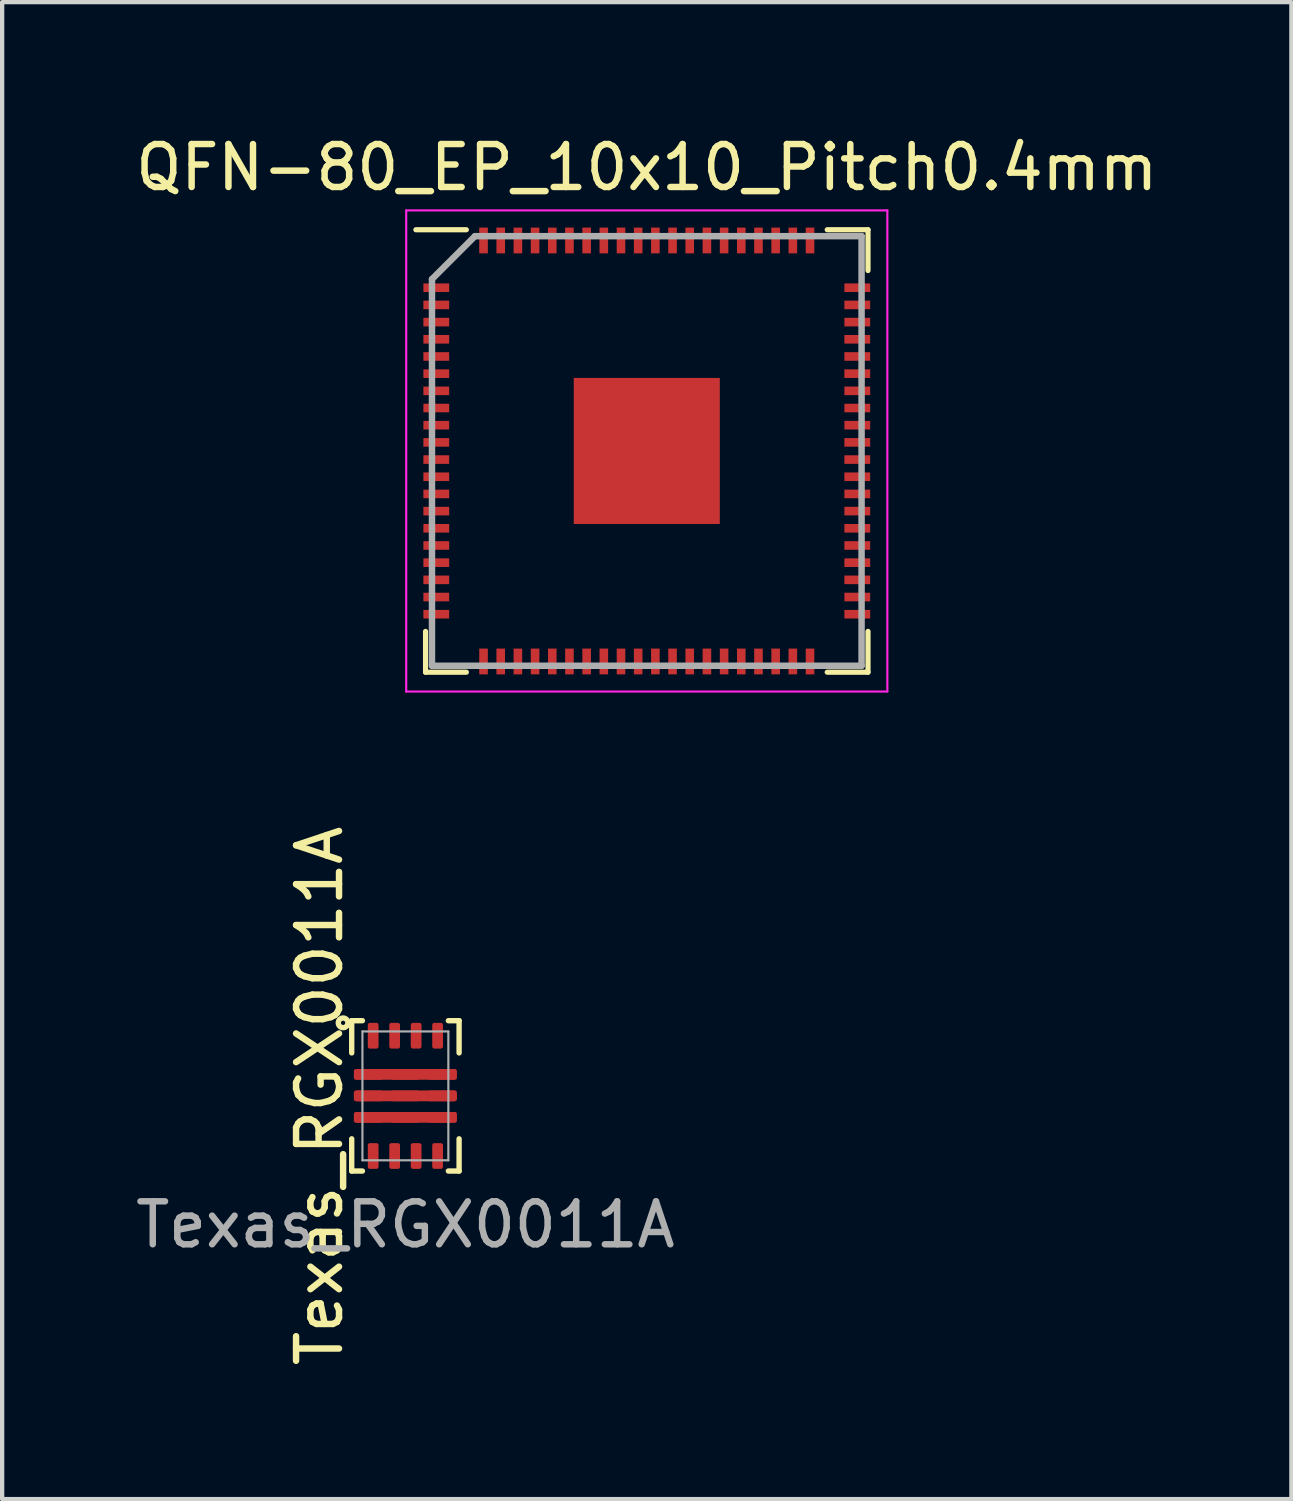
<source format=kicad_pcb>
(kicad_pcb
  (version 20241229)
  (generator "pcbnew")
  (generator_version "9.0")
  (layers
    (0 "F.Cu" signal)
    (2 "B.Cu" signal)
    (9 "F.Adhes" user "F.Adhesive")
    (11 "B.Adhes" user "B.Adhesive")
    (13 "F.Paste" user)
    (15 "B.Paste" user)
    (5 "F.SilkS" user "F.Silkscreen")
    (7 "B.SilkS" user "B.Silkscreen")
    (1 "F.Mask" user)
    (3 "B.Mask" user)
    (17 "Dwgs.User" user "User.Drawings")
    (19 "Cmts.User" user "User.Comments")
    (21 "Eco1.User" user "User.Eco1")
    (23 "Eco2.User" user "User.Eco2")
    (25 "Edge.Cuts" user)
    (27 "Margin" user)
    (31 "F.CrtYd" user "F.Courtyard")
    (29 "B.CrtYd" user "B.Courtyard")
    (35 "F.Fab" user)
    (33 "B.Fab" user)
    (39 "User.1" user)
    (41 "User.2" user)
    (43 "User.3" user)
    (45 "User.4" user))
  (footprint "QFN-80_EP_10x10_Pitch0.4mm"
    (layer "F.Cu")
    (at 12.006 7.448)
    (property "Reference" "QFN-80_EP_10x10_Pitch0.4mm" (at 0 -6.6 0) (unlocked yes) (layer "F.SilkS") (effects (font (size 1 1) (thickness 0.15))))
    (attr smd)
    (fp_line (start -5.15 5.15) (end -5.15 4.2) (stroke (width 0.12) (type default)) (layer "F.SilkS"))
    (fp_line (start -4.2 -5.15) (end -5.375 -5.15) (stroke (width 0.12) (type default)) (layer "F.SilkS"))
    (fp_line (start -4.2 5.15) (end -5.15 5.15) (stroke (width 0.12) (type default)) (layer "F.SilkS"))
    (fp_line (start 4.2 -5.15) (end 5.15 -5.15) (stroke (width 0.12) (type default)) (layer "F.SilkS"))
    (fp_line (start 4.2 5.15) (end 5.15 5.15) (stroke (width 0.12) (type default)) (layer "F.SilkS"))
    (fp_line (start 5.15 -5.15) (end 5.15 -4.2) (stroke (width 0.12) (type default)) (layer "F.SilkS"))
    (fp_line (start 5.15 5.15) (end 5.15 4.2) (stroke (width 0.12) (type default)) (layer "F.SilkS"))
    (fp_line (start -5.6 -5.6) (end 5.6 -5.6) (stroke (width 0.05) (type default)) (layer "F.CrtYd"))
    (fp_line (start -5.6 5.6) (end -5.6 -5.6) (stroke (width 0.05) (type default)) (layer "F.CrtYd"))
    (fp_line (start 5.6 -5.6) (end 5.6 5.6) (stroke (width 0.05) (type default)) (layer "F.CrtYd"))
    (fp_line (start 5.6 5.6) (end -5.6 5.6) (stroke (width 0.05) (type default)) (layer "F.CrtYd"))
    (fp_line (start -5 -4) (end -5 5) (stroke (width 0.15) (type default)) (layer "F.Fab"))
    (fp_line (start -5 5) (end 5 5) (stroke (width 0.15) (type default)) (layer "F.Fab"))
    (fp_line (start -4 -5) (end -5 -4) (stroke (width 0.15) (type default)) (layer "F.Fab"))
    (fp_line (start 5 -5) (end -4 -5) (stroke (width 0.15) (type default)) (layer "F.Fab"))
    (fp_line (start 5 5) (end 5 -5) (stroke (width 0.15) (type default)) (layer "F.Fab"))
    (pad "" smd rect (at 0 0) (size 2.8 2.8) (layers "F.Paste"))
    (pad "1" smd rect (at -4.9 -3.8 90) (size 0.2 0.6) (layers "F.Cu" "F.Mask" "F.Paste"))
    (pad "2" smd rect (at -4.9 -3.4 90) (size 0.2 0.6) (layers "F.Cu" "F.Mask" "F.Paste"))
    (pad "3" smd rect (at -4.9 -3 90) (size 0.2 0.6) (layers "F.Cu" "F.Mask" "F.Paste"))
    (pad "4" smd rect (at -4.9 -2.6 90) (size 0.2 0.6) (layers "F.Cu" "F.Mask" "F.Paste"))
    (pad "5" smd rect (at -4.9 -2.2 90) (size 0.2 0.6) (layers "F.Cu" "F.Mask" "F.Paste"))
    (pad "6" smd rect (at -4.9 -1.8 90) (size 0.2 0.6) (layers "F.Cu" "F.Mask" "F.Paste"))
    (pad "7" smd rect (at -4.9 -1.4 90) (size 0.2 0.6) (layers "F.Cu" "F.Mask" "F.Paste"))
    (pad "8" smd rect (at -4.9 -1 90) (size 0.2 0.6) (layers "F.Cu" "F.Mask" "F.Paste"))
    (pad "9" smd rect (at -4.9 -0.6 90) (size 0.2 0.6) (layers "F.Cu" "F.Mask" "F.Paste"))
    (pad "10" smd rect (at -4.9 -0.2 90) (size 0.2 0.6) (layers "F.Cu" "F.Mask" "F.Paste"))
    (pad "11" smd rect (at -4.9 0.2 90) (size 0.2 0.6) (layers "F.Cu" "F.Mask" "F.Paste"))
    (pad "12" smd rect (at -4.9 0.6 90) (size 0.2 0.6) (layers "F.Cu" "F.Mask" "F.Paste"))
    (pad "13" smd rect (at -4.9 1 90) (size 0.2 0.6) (layers "F.Cu" "F.Mask" "F.Paste"))
    (pad "14" smd rect (at -4.9 1.4 90) (size 0.2 0.6) (layers "F.Cu" "F.Mask" "F.Paste"))
    (pad "15" smd rect (at -4.9 1.8 90) (size 0.2 0.6) (layers "F.Cu" "F.Mask" "F.Paste"))
    (pad "16" smd rect (at -4.9 2.2 90) (size 0.2 0.6) (layers "F.Cu" "F.Mask" "F.Paste"))
    (pad "17" smd rect (at -4.9 2.6 90) (size 0.2 0.6) (layers "F.Cu" "F.Mask" "F.Paste"))
    (pad "18" smd rect (at -4.9 3 90) (size 0.2 0.6) (layers "F.Cu" "F.Mask" "F.Paste"))
    (pad "19" smd rect (at -4.9 3.4 90) (size 0.2 0.6) (layers "F.Cu" "F.Mask" "F.Paste"))
    (pad "20" smd rect (at -4.9 3.8 90) (size 0.2 0.6) (layers "F.Cu" "F.Mask" "F.Paste"))
    (pad "21" smd rect (at -3.8 4.9) (size 0.2 0.6) (layers "F.Cu" "F.Mask" "F.Paste"))
    (pad "22" smd rect (at -3.4 4.9) (size 0.2 0.6) (layers "F.Cu" "F.Mask" "F.Paste"))
    (pad "23" smd rect (at -3 4.9) (size 0.2 0.6) (layers "F.Cu" "F.Mask" "F.Paste"))
    (pad "24" smd rect (at -2.6 4.9) (size 0.2 0.6) (layers "F.Cu" "F.Mask" "F.Paste"))
    (pad "25" smd rect (at -2.2 4.9) (size 0.2 0.6) (layers "F.Cu" "F.Mask" "F.Paste"))
    (pad "26" smd rect (at -1.8 4.9) (size 0.2 0.6) (layers "F.Cu" "F.Mask" "F.Paste"))
    (pad "27" smd rect (at -1.4 4.9) (size 0.2 0.6) (layers "F.Cu" "F.Mask" "F.Paste"))
    (pad "28" smd rect (at -1 4.9) (size 0.2 0.6) (layers "F.Cu" "F.Mask" "F.Paste"))
    (pad "29" smd rect (at -0.6 4.9) (size 0.2 0.6) (layers "F.Cu" "F.Mask" "F.Paste"))
    (pad "30" smd rect (at -0.2 4.9) (size 0.2 0.6) (layers "F.Cu" "F.Mask" "F.Paste"))
    (pad "31" smd rect (at 0.2 4.9) (size 0.2 0.6) (layers "F.Cu" "F.Mask" "F.Paste"))
    (pad "32" smd rect (at 0.6 4.9) (size 0.2 0.6) (layers "F.Cu" "F.Mask" "F.Paste"))
    (pad "33" smd rect (at 1 4.9) (size 0.2 0.6) (layers "F.Cu" "F.Mask" "F.Paste"))
    (pad "34" smd rect (at 1.4 4.9) (size 0.2 0.6) (layers "F.Cu" "F.Mask" "F.Paste"))
    (pad "35" smd rect (at 1.8 4.9) (size 0.2 0.6) (layers "F.Cu" "F.Mask" "F.Paste"))
    (pad "36" smd rect (at 2.2 4.9) (size 0.2 0.6) (layers "F.Cu" "F.Mask" "F.Paste"))
    (pad "37" smd rect (at 2.6 4.9) (size 0.2 0.6) (layers "F.Cu" "F.Mask" "F.Paste"))
    (pad "38" smd rect (at 3 4.9) (size 0.2 0.6) (layers "F.Cu" "F.Mask" "F.Paste"))
    (pad "39" smd rect (at 3.4 4.9) (size 0.2 0.6) (layers "F.Cu" "F.Mask" "F.Paste"))
    (pad "40" smd rect (at 3.8 4.9) (size 0.2 0.6) (layers "F.Cu" "F.Mask" "F.Paste"))
    (pad "41" smd rect (at 4.9 3.8 90) (size 0.2 0.6) (layers "F.Cu" "F.Mask" "F.Paste"))
    (pad "42" smd rect (at 4.9 3.4 90) (size 0.2 0.6) (layers "F.Cu" "F.Mask" "F.Paste"))
    (pad "43" smd rect (at 4.9 3 90) (size 0.2 0.6) (layers "F.Cu" "F.Mask" "F.Paste"))
    (pad "44" smd rect (at 4.9 2.6 90) (size 0.2 0.6) (layers "F.Cu" "F.Mask" "F.Paste"))
    (pad "45" smd rect (at 4.9 2.2 90) (size 0.2 0.6) (layers "F.Cu" "F.Mask" "F.Paste"))
    (pad "46" smd rect (at 4.9 1.8 90) (size 0.2 0.6) (layers "F.Cu" "F.Mask" "F.Paste"))
    (pad "47" smd rect (at 4.9 1.4 90) (size 0.2 0.6) (layers "F.Cu" "F.Mask" "F.Paste"))
    (pad "48" smd rect (at 4.9 1 90) (size 0.2 0.6) (layers "F.Cu" "F.Mask" "F.Paste"))
    (pad "49" smd rect (at 4.9 0.6 90) (size 0.2 0.6) (layers "F.Cu" "F.Mask" "F.Paste"))
    (pad "50" smd rect (at 4.9 0.2 90) (size 0.2 0.6) (layers "F.Cu" "F.Mask" "F.Paste"))
    (pad "51" smd rect (at 4.9 -0.2 90) (size 0.2 0.6) (layers "F.Cu" "F.Mask" "F.Paste"))
    (pad "52" smd rect (at 4.9 -0.6 90) (size 0.2 0.6) (layers "F.Cu" "F.Mask" "F.Paste"))
    (pad "53" smd rect (at 4.9 -1 90) (size 0.2 0.6) (layers "F.Cu" "F.Mask" "F.Paste"))
    (pad "54" smd rect (at 4.9 -1.4 90) (size 0.2 0.6) (layers "F.Cu" "F.Mask" "F.Paste"))
    (pad "55" smd rect (at 4.9 -1.8 90) (size 0.2 0.6) (layers "F.Cu" "F.Mask" "F.Paste"))
    (pad "56" smd rect (at 4.9 -2.2 90) (size 0.2 0.6) (layers "F.Cu" "F.Mask" "F.Paste"))
    (pad "57" smd rect (at 4.9 -2.6 90) (size 0.2 0.6) (layers "F.Cu" "F.Mask" "F.Paste"))
    (pad "58" smd rect (at 4.9 -3 90) (size 0.2 0.6) (layers "F.Cu" "F.Mask" "F.Paste"))
    (pad "59" smd rect (at 4.9 -3.4 90) (size 0.2 0.6) (layers "F.Cu" "F.Mask" "F.Paste"))
    (pad "60" smd rect (at 4.9 -3.8 90) (size 0.2 0.6) (layers "F.Cu" "F.Mask" "F.Paste"))
    (pad "61" smd rect (at 3.8 -4.9) (size 0.2 0.6) (layers "F.Cu" "F.Mask" "F.Paste"))
    (pad "62" smd rect (at 3.4 -4.9) (size 0.2 0.6) (layers "F.Cu" "F.Mask" "F.Paste"))
    (pad "63" smd rect (at 3 -4.9) (size 0.2 0.6) (layers "F.Cu" "F.Mask" "F.Paste"))
    (pad "64" smd rect (at 2.6 -4.9) (size 0.2 0.6) (layers "F.Cu" "F.Mask" "F.Paste"))
    (pad "65" smd rect (at 2.2 -4.9) (size 0.2 0.6) (layers "F.Cu" "F.Mask" "F.Paste"))
    (pad "66" smd rect (at 1.8 -4.9) (size 0.2 0.6) (layers "F.Cu" "F.Mask" "F.Paste"))
    (pad "67" smd rect (at 1.4 -4.9) (size 0.2 0.6) (layers "F.Cu" "F.Mask" "F.Paste"))
    (pad "68" smd rect (at 1 -4.9) (size 0.2 0.6) (layers "F.Cu" "F.Mask" "F.Paste"))
    (pad "69" smd rect (at 0.6 -4.9) (size 0.2 0.6) (layers "F.Cu" "F.Mask" "F.Paste"))
    (pad "70" smd rect (at 0.2 -4.9) (size 0.2 0.6) (layers "F.Cu" "F.Mask" "F.Paste"))
    (pad "71" smd rect (at -0.2 -4.9) (size 0.2 0.6) (layers "F.Cu" "F.Mask" "F.Paste"))
    (pad "72" smd rect (at -0.6 -4.9) (size 0.2 0.6) (layers "F.Cu" "F.Mask" "F.Paste"))
    (pad "73" smd rect (at -1 -4.9) (size 0.2 0.6) (layers "F.Cu" "F.Mask" "F.Paste"))
    (pad "74" smd rect (at -1.4 -4.9) (size 0.2 0.6) (layers "F.Cu" "F.Mask" "F.Paste"))
    (pad "75" smd rect (at -1.8 -4.9) (size 0.2 0.6) (layers "F.Cu" "F.Mask" "F.Paste"))
    (pad "76" smd rect (at -2.2 -4.9) (size 0.2 0.6) (layers "F.Cu" "F.Mask" "F.Paste"))
    (pad "77" smd rect (at -2.6 -4.9) (size 0.2 0.6) (layers "F.Cu" "F.Mask" "F.Paste"))
    (pad "78" smd rect (at -3 -4.9) (size 0.2 0.6) (layers "F.Cu" "F.Mask" "F.Paste"))
    (pad "79" smd rect (at -3.4 -4.9) (size 0.2 0.6) (layers "F.Cu" "F.Mask" "F.Paste"))
    (pad "80" smd rect (at -3.8 -4.9) (size 0.2 0.6) (layers "F.Cu" "F.Mask" "F.Paste"))
    (pad "81" smd rect (at 0 0) (size 3.4 3.4) (layers "F.Cu" "F.Mask")))
  (footprint "Texas_RGX0011A"
    (layer "F.Cu")
    (at 6.387 22.46)
    (property "Reference" "Texas_RGX0011A" (at -2 0 90) (unlocked yes) (layer "F.SilkS") (effects (font (size 1 1) (thickness 0.15))))
    (attr through_hole)
    (fp_line (start -1.25 -1.75) (end -1.25 -1) (stroke (width 0.125) (type solid)) (layer "F.SilkS"))
    (fp_line (start -1.25 -1.75) (end -1 -1.75) (stroke (width 0.125) (type solid)) (layer "F.SilkS"))
    (fp_line (start -1.25 1.75) (end -1.25 1) (stroke (width 0.125) (type solid)) (layer "F.SilkS"))
    (fp_line (start -1 1.75) (end -1.25 1.75) (stroke (width 0.125) (type solid)) (layer "F.SilkS"))
    (fp_line (start 1 -1.75) (end 1.25 -1.75) (stroke (width 0.125) (type solid)) (layer "F.SilkS"))
    (fp_line (start 1 1.75) (end 1.25 1.75) (stroke (width 0.125) (type solid)) (layer "F.SilkS"))
    (fp_line (start 1.25 -1.75) (end 1.25 -1) (stroke (width 0.125) (type solid)) (layer "F.SilkS"))
    (fp_line (start 1.25 1.75) (end 1.25 1) (stroke (width 0.125) (type solid)) (layer "F.SilkS"))
    (fp_circle (center -1.45 -1.7) (end -1.45 -1.75) (stroke (width 0.125) (type solid)) (fill no) (layer "F.SilkS"))
    (fp_line (start -1 -1.5) (end -1 1.5) (stroke (width 0.05) (type solid)) (layer "F.Fab"))
    (fp_line (start -1 1.5) (end 1 1.5) (stroke (width 0.05) (type solid)) (layer "F.Fab"))
    (fp_line (start 1 -1.5) (end -1 -1.5) (stroke (width 0.05) (type solid)) (layer "F.Fab"))
    (fp_line (start 1 1.5) (end 1 -1.5) (stroke (width 0.05) (type solid)) (layer "F.Fab"))
    (fp_text user "${REFERENCE}" (at 0 3 0) (unlocked yes) (layer "F.Fab") (effects (font (size 1 1) (thickness 0.15))))
    (pad "1" smd roundrect (at -0.85 -0.5) (size 0.66 0.25) (layers "F.Cu" "F.Mask" "F.Paste") (roundrect_rratio 0.2))
    (pad "1" smd roundrect (at 0 -0.5) (size 0.66 0.25) (layers "F.Cu" "F.Mask" "F.Paste") (roundrect_rratio 0.2))
    (pad "1" smd roundrect (at 0 -0.5) (size 2.4 0.25) (layers "F.Cu" "F.Mask") (roundrect_rratio 0.2))
    (pad "1" smd roundrect (at 0.85 -0.5) (size 0.66 0.25) (layers "F.Cu" "F.Mask" "F.Paste") (roundrect_rratio 0.2))
    (pad "2" smd roundrect (at -0.85 0) (size 0.66 0.25) (layers "F.Cu" "F.Mask" "F.Paste") (roundrect_rratio 0.2))
    (pad "2" smd roundrect (at 0 0) (size 0.66 0.25) (layers "F.Cu" "F.Mask" "F.Paste") (roundrect_rratio 0.2))
    (pad "2" smd roundrect (at 0 0) (size 2.4 0.25) (layers "F.Cu" "F.Mask") (roundrect_rratio 0.2))
    (pad "2" smd roundrect (at 0.85 0) (size 0.66 0.25) (layers "F.Cu" "F.Mask" "F.Paste") (roundrect_rratio 0.2))
    (pad "3" smd roundrect (at -0.85 0.5) (size 0.66 0.25) (layers "F.Cu" "F.Mask" "F.Paste") (roundrect_rratio 0.2))
    (pad "3" smd roundrect (at 0 0.5) (size 0.66 0.25) (layers "F.Cu" "F.Mask" "F.Paste") (roundrect_rratio 0.2))
    (pad "3" smd roundrect (at 0 0.5) (size 2.4 0.25) (layers "F.Cu" "F.Mask") (roundrect_rratio 0.2))
    (pad "3" smd roundrect (at 0.85 0.5) (size 0.66 0.25) (layers "F.Cu" "F.Mask" "F.Paste") (roundrect_rratio 0.2))
    (pad "4" smd roundrect (at -0.75 1.4) (size 0.25 0.6) (layers "F.Cu" "F.Mask" "F.Paste") (roundrect_rratio 0.2))
    (pad "5" smd roundrect (at -0.25 1.4) (size 0.25 0.6) (layers "F.Cu" "F.Mask" "F.Paste") (roundrect_rratio 0.2))
    (pad "6" smd roundrect (at 0.25 1.4) (size 0.25 0.6) (layers "F.Cu" "F.Mask" "F.Paste") (roundrect_rratio 0.2))
    (pad "7" smd roundrect (at 0.75 1.4) (size 0.25 0.6) (layers "F.Cu" "F.Mask" "F.Paste") (roundrect_rratio 0.2))
    (pad "8" smd roundrect (at 0.75 -1.4) (size 0.25 0.6) (layers "F.Cu" "F.Mask" "F.Paste") (roundrect_rratio 0.2))
    (pad "9" smd roundrect (at 0.25 -1.4) (size 0.25 0.6) (layers "F.Cu" "F.Mask" "F.Paste") (roundrect_rratio 0.2))
    (pad "10" smd roundrect (at -0.25 -1.4) (size 0.25 0.6) (layers "F.Cu" "F.Mask" "F.Paste") (roundrect_rratio 0.2))
    (pad "11" smd roundrect (at -0.75 -1.4) (size 0.25 0.6) (layers "F.Cu" "F.Mask" "F.Paste") (roundrect_rratio 0.2)))
  (gr_rect
    (start -3 -3)
    (end 27.012 31.847)
    (stroke (width 0.1) (type default))
    (fill no)
    (layer "Edge.Cuts")))
</source>
